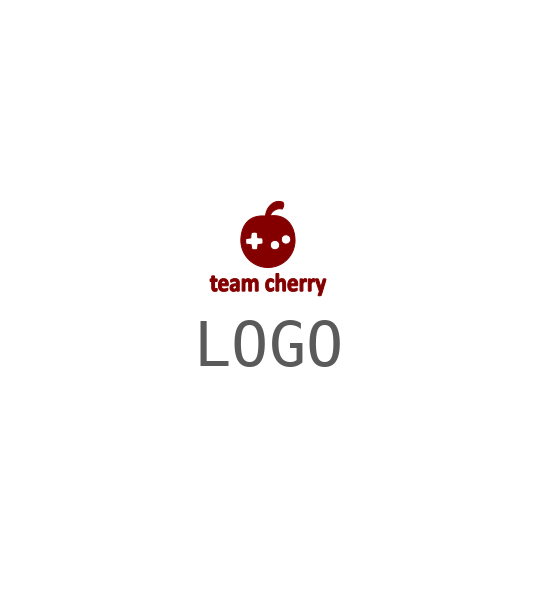
<source format=kicad_sym>
(kicad_symbol_lib
  (version 20220914)
  (generator "bitmap2component")
  (generator_version "9.0")
  (symbol "LOGO"
    (pin_names
      (offset 1.016))
    (property "Reference" "#G"
      (at 0 0.585 0)
      (effects (font (size 1.27 1.27)) hide))
    (symbol "LOGO_0_0"
      (polyline (pts (xy 1.078 -0.984) (xy 1.085 -0.983) (xy 1.091 -0.983) (xy 1.095 -0.982) (xy 1.096 -0.982) (xy 1.102 -0.98) (xy 1.107 -0.977) (xy 1.11 -0.974) (xy 1.11 -0.973) (xy 1.111 -0.973) (xy 1.111 -0.971) (xy 1.112 -0.969) (xy 1.113 -0.965) (xy 1.114 -0.961) (xy 1.116 -0.956) (xy 1.118 -0.95) (xy 1.12 -0.942) (xy 1.123 -0.933) (xy 1.126 -0.923) (xy 1.13 -0.912) (xy 1.134 -0.899) (xy 1.138 -0.884) (xy 1.143 -0.868) (xy 1.149 -0.85) (xy 1.155 -0.83) (xy 1.161 -0.808) (xy 1.168 -0.784) (xy 1.176 -0.758) (xy 1.181 -0.743) (xy 1.186 -0.726) (xy 1.19 -0.712) (xy 1.194 -0.699) (xy 1.197 -0.687) (xy 1.2 -0.678) (xy 1.203 -0.669) (xy 1.204 -0.662) (xy 1.206 -0.657) (xy 1.207 -0.652) (xy 1.208 -0.648) (xy 1.208 -0.645) (xy 1.208 -0.643) (xy 1.208 -0.641) (xy 1.208 -0.639) (xy 1.208 -0.638) (xy 1.207 -0.637) (xy 1.206 -0.636) (xy 1.205 -0.636) (xy 1.202 -0.634) (xy 1.198 -0.633) (xy 1.193 -0.632) (xy 1.186 -0.631) (xy 1.177 -0.631) (xy 1.177 -0.631) (xy 1.169 -0.631) (xy 1.163 -0.632) (xy 1.158 -0.633) (xy 1.155 -0.634) (xy 1.153 -0.636) (xy 1.152 -0.638) (xy 1.151 -0.64) (xy 1.15 -0.644) (xy 1.148 -0.649) (xy 1.146 -0.656) (xy 1.144 -0.665) (xy 1.141 -0.675) (xy 1.138 -0.686) (xy 1.135 -0.698) (xy 1.131 -0.71) (xy 1.127 -0.723) (xy 1.127 -0.724) (xy 1.123 -0.737) (xy 1.12 -0.75) (xy 1.117 -0.761) (xy 1.114 -0.772) (xy 1.111 -0.781) (xy 1.109 -0.789) (xy 1.107 -0.796) (xy 1.105 -0.801) (xy 1.104 -0.804) (xy 1.104 -0.805) (xy 1.104 -0.805) (xy 1.104 -0.805) (xy 1.104 -0.806) (xy 1.104 -0.805) (xy 1.103 -0.805) (xy 1.103 -0.804) (xy 1.103 -0.802) (xy 1.102 -0.8) (xy 1.101 -0.797) (xy 1.099 -0.792) (xy 1.098 -0.787) (xy 1.095 -0.78) (xy 1.093 -0.771) (xy 1.09 -0.761) (xy 1.086 -0.75) (xy 1.082 -0.736) (xy 1.077 -0.721) (xy 1.075 -0.713) (xy 1.07 -0.698) (xy 1.066 -0.686) (xy 1.063 -0.675) (xy 1.06 -0.666) (xy 1.057 -0.658) (xy 1.055 -0.652) (xy 1.053 -0.647) (xy 1.052 -0.643) (xy 1.051 -0.64) (xy 1.05 -0.638) (xy 1.049 -0.636) (xy 1.048 -0.635) (xy 1.048 -0.635) (xy 1.046 -0.634) (xy 1.044 -0.633) (xy 1.042 -0.632) (xy 1.038 -0.632) (xy 1.033 -0.631) (xy 1.026 -0.631) (xy 1.018 -0.631) (xy 1.011 -0.631) (xy 1.004 -0.632) (xy 0.999 -0.633) (xy 0.995 -0.634) (xy 0.995 -0.634) (xy 0.992 -0.637) (xy 0.99 -0.642) (xy 0.99 -0.647) (xy 0.991 -0.648) (xy 0.992 -0.652) (xy 0.994 -0.657) (xy 0.996 -0.664) (xy 0.999 -0.673) (xy 1.002 -0.683) (xy 1.006 -0.694) (xy 1.01 -0.707) (xy 1.014 -0.72) (xy 1.019 -0.735) (xy 1.024 -0.75) (xy 1.029 -0.765) (xy 1.032 -0.775) (xy 1.038 -0.793) (xy 1.043 -0.808) (xy 1.048 -0.822) (xy 1.052 -0.834) (xy 1.055 -0.844) (xy 1.058 -0.853) (xy 1.061 -0.86) (xy 1.063 -0.866) (xy 1.065 -0.871) (xy 1.066 -0.875) (xy 1.068 -0.878) (xy 1.069 -0.88) (xy 1.069 -0.882) (xy 1.07 -0.883) (xy 1.071 -0.884) (xy 1.072 -0.885) (xy 1.073 -0.887) (xy 1.074 -0.888) (xy 1.074 -0.889) (xy 1.073 -0.893) (xy 1.071 -0.898) (xy 1.069 -0.904) (xy 1.066 -0.911) (xy 1.063 -0.92) (xy 1.06 -0.929) (xy 1.06 -0.929) (xy 1.057 -0.938) (xy 1.054 -0.947) (xy 1.051 -0.954) (xy 1.049 -0.961) (xy 1.047 -0.966) (xy 1.046 -0.969) (xy 1.046 -0.971) (xy 1.045 -0.974) (xy 1.047 -0.978) (xy 1.05 -0.981) (xy 1.056 -0.983) (xy 1.056 -0.983) (xy 1.06 -0.983) (xy 1.065 -0.984) (xy 1.072 -0.984) (xy 1.078 -0.984)) (stroke (width 0.01) (type default)) (fill (type outline)))
      (polyline (pts (xy -1.104 -0.893) (xy -1.1 -0.893) (xy -1.095 -0.892) (xy -1.085 -0.891) (xy -1.076 -0.888) (xy -1.069 -0.885) (xy -1.065 -0.881) (xy -1.062 -0.877) (xy -1.061 -0.873) (xy -1.06 -0.867) (xy -1.06 -0.86) (xy -1.06 -0.853) (xy -1.06 -0.846) (xy -1.061 -0.841) (xy -1.062 -0.836) (xy -1.063 -0.832) (xy -1.065 -0.831) (xy -1.068 -0.831) (xy -1.072 -0.832) (xy -1.074 -0.833) (xy -1.083 -0.836) (xy -1.091 -0.837) (xy -1.098 -0.835) (xy -1.104 -0.832) (xy -1.109 -0.828) (xy -1.112 -0.821) (xy -1.112 -0.821) (xy -1.113 -0.819) (xy -1.113 -0.818) (xy -1.113 -0.816) (xy -1.114 -0.813) (xy -1.114 -0.81) (xy -1.114 -0.806) (xy -1.114 -0.801) (xy -1.114 -0.794) (xy -1.114 -0.786) (xy -1.115 -0.776) (xy -1.115 -0.764) (xy -1.115 -0.751) (xy -1.115 -0.687) (xy -1.091 -0.687) (xy -1.067 -0.687) (xy -1.064 -0.684) (xy -1.064 -0.683) (xy -1.062 -0.68) (xy -1.061 -0.677) (xy -1.06 -0.673) (xy -1.06 -0.667) (xy -1.06 -0.659) (xy -1.06 -0.656) (xy -1.06 -0.649) (xy -1.061 -0.644) (xy -1.061 -0.64) (xy -1.063 -0.637) (xy -1.064 -0.635) (xy -1.065 -0.634) (xy -1.066 -0.634) (xy -1.067 -0.633) (xy -1.069 -0.633) (xy -1.072 -0.633) (xy -1.077 -0.633) (xy -1.083 -0.632) (xy -1.091 -0.632) (xy -1.115 -0.632) (xy -1.115 -0.605) (xy -1.115 -0.605) (xy -1.115 -0.596) (xy -1.115 -0.589) (xy -1.115 -0.585) (xy -1.115 -0.581) (xy -1.115 -0.579) (xy -1.116 -0.577) (xy -1.117 -0.576) (xy -1.117 -0.575) (xy -1.118 -0.573) (xy -1.121 -0.572) (xy -1.125 -0.57) (xy -1.13 -0.569) (xy -1.136 -0.569) (xy -1.145 -0.569) (xy -1.149 -0.569) (xy -1.157 -0.569) (xy -1.163 -0.57) (xy -1.167 -0.571) (xy -1.17 -0.572) (xy -1.172 -0.575) (xy -1.173 -0.575) (xy -1.173 -0.576) (xy -1.174 -0.577) (xy -1.174 -0.579) (xy -1.174 -0.581) (xy -1.175 -0.585) (xy -1.175 -0.59) (xy -1.175 -0.596) (xy -1.175 -0.605) (xy -1.175 -0.632) (xy -1.189 -0.632) (xy -1.189 -0.632) (xy -1.195 -0.632) (xy -1.199 -0.633) (xy -1.202 -0.633) (xy -1.203 -0.634) (xy -1.204 -0.634) (xy -1.206 -0.636) (xy -1.207 -0.64) (xy -1.208 -0.646) (xy -1.208 -0.653) (xy -1.208 -0.663) (xy -1.208 -0.664) (xy -1.208 -0.67) (xy -1.208 -0.675) (xy -1.207 -0.678) (xy -1.207 -0.68) (xy -1.206 -0.682) (xy -1.203 -0.686) (xy -1.189 -0.686) (xy -1.175 -0.687) (xy -1.174 -0.759) (xy -1.174 -0.759) (xy -1.174 -0.774) (xy -1.174 -0.786) (xy -1.174 -0.797) (xy -1.174 -0.806) (xy -1.174 -0.813) (xy -1.174 -0.819) (xy -1.174 -0.824) (xy -1.173 -0.828) (xy -1.173 -0.832) (xy -1.173 -0.835) (xy -1.173 -0.837) (xy -1.172 -0.839) (xy -1.172 -0.841) (xy -1.168 -0.852) (xy -1.163 -0.863) (xy -1.157 -0.873) (xy -1.15 -0.88) (xy -1.141 -0.886) (xy -1.13 -0.89) (xy -1.118 -0.892) (xy -1.114 -0.893) (xy -1.11 -0.893) (xy -1.107 -0.893) (xy -1.104 -0.893)) (stroke (width 0.01) (type default)) (fill (type outline)))
      (polyline (pts (xy -0.925 -0.893) (xy -0.918 -0.893) (xy -0.912 -0.893) (xy -0.902 -0.892) (xy -0.892 -0.891) (xy -0.883 -0.89) (xy -0.874 -0.888) (xy -0.865 -0.885) (xy -0.857 -0.882) (xy -0.851 -0.88) (xy -0.846 -0.877) (xy -0.843 -0.874) (xy -0.841 -0.871) (xy -0.84 -0.87) (xy -0.84 -0.868) (xy -0.839 -0.866) (xy -0.838 -0.864) (xy -0.838 -0.86) (xy -0.838 -0.855) (xy -0.838 -0.849) (xy -0.839 -0.843) (xy -0.839 -0.838) (xy -0.839 -0.834) (xy -0.839 -0.832) (xy -0.84 -0.83) (xy -0.841 -0.829) (xy -0.842 -0.828) (xy -0.844 -0.827) (xy -0.846 -0.827) (xy -0.849 -0.828) (xy -0.854 -0.829) (xy -0.86 -0.831) (xy -0.862 -0.832) (xy -0.873 -0.836) (xy -0.882 -0.839) (xy -0.891 -0.84) (xy -0.9 -0.842) (xy -0.909 -0.842) (xy -0.919 -0.843) (xy -0.926 -0.842) (xy -0.932 -0.842) (xy -0.942 -0.839) (xy -0.951 -0.834) (xy -0.959 -0.828) (xy -0.965 -0.82) (xy -0.969 -0.81) (xy -0.972 -0.798) (xy -0.974 -0.785) (xy -0.975 -0.777) (xy -0.908 -0.777) (xy -0.841 -0.777) (xy -0.837 -0.774) (xy -0.836 -0.774) (xy -0.833 -0.772) (xy -0.831 -0.769) (xy -0.83 -0.766) (xy -0.829 -0.761) (xy -0.828 -0.756) (xy -0.828 -0.748) (xy -0.828 -0.748) (xy -0.828 -0.741) (xy -0.828 -0.733) (xy -0.829 -0.726) (xy -0.829 -0.72) (xy -0.831 -0.708) (xy -0.835 -0.693) (xy -0.84 -0.678) (xy -0.847 -0.666) (xy -0.856 -0.655) (xy -0.865 -0.646) (xy -0.876 -0.638) (xy -0.889 -0.632) (xy -0.903 -0.629) (xy -0.907 -0.628) (xy -0.916 -0.627) (xy -0.925 -0.627) (xy -0.934 -0.627) (xy -0.943 -0.627) (xy -0.951 -0.629) (xy -0.965 -0.632) (xy -0.978 -0.638) (xy -0.99 -0.646) (xy -1 -0.656) (xy -1.01 -0.667) (xy -1.018 -0.68) (xy -1.024 -0.695) (xy -1.029 -0.711) (xy -1.03 -0.713) (xy -1.032 -0.722) (xy -1.033 -0.73) (xy -1.033 -0.734) (xy -0.974 -0.734) (xy -0.973 -0.725) (xy -0.972 -0.714) (xy -0.968 -0.704) (xy -0.964 -0.694) (xy -0.958 -0.687) (xy -0.951 -0.681) (xy -0.943 -0.676) (xy -0.939 -0.675) (xy -0.931 -0.674) (xy -0.923 -0.674) (xy -0.916 -0.676) (xy -0.91 -0.678) (xy -0.906 -0.68) (xy -0.9 -0.685) (xy -0.894 -0.693) (xy -0.89 -0.701) (xy -0.888 -0.712) (xy -0.886 -0.724) (xy -0.885 -0.734) (xy -0.93 -0.734) (xy -0.974 -0.734) (xy -1.033 -0.734) (xy -1.034 -0.739) (xy -1.034 -0.748) (xy -1.034 -0.759) (xy -1.034 -0.771) (xy -1.034 -0.781) (xy -1.033 -0.794) (xy -1.032 -0.805) (xy -1.03 -0.815) (xy -1.027 -0.825) (xy -1.024 -0.834) (xy -1.019 -0.843) (xy -1.019 -0.844) (xy -1.011 -0.856) (xy -1.002 -0.867) (xy -0.991 -0.875) (xy -0.979 -0.882) (xy -0.966 -0.888) (xy -0.951 -0.891) (xy -0.951 -0.891) (xy -0.946 -0.892) (xy -0.943 -0.892) (xy -0.941 -0.893) (xy -0.939 -0.893) (xy -0.936 -0.893) (xy -0.931 -0.893) (xy -0.925 -0.893)) (stroke (width 0.01) (type default)) (fill (type outline)))
      (polyline (pts (xy -0.707 -0.893) (xy -0.702 -0.892) (xy -0.698 -0.892) (xy -0.694 -0.891) (xy -0.69 -0.89) (xy -0.679 -0.885) (xy -0.668 -0.878) (xy -0.657 -0.869) (xy -0.655 -0.867) (xy -0.652 -0.865) (xy -0.649 -0.863) (xy -0.649 -0.862) (xy -0.649 -0.862) (xy -0.648 -0.864) (xy -0.648 -0.868) (xy -0.648 -0.873) (xy -0.648 -0.875) (xy -0.648 -0.879) (xy -0.648 -0.882) (xy -0.647 -0.884) (xy -0.646 -0.885) (xy -0.646 -0.885) (xy -0.644 -0.887) (xy -0.64 -0.888) (xy -0.635 -0.889) (xy -0.629 -0.889) (xy -0.62 -0.889) (xy -0.615 -0.888) (xy -0.61 -0.888) (xy -0.607 -0.888) (xy -0.605 -0.887) (xy -0.604 -0.886) (xy -0.6 -0.884) (xy -0.6 -0.788) (xy -0.6 -0.693) (xy -0.603 -0.682) (xy -0.604 -0.678) (xy -0.608 -0.669) (xy -0.611 -0.662) (xy -0.616 -0.655) (xy -0.622 -0.649) (xy -0.624 -0.646) (xy -0.633 -0.64) (xy -0.642 -0.635) (xy -0.653 -0.631) (xy -0.665 -0.628) (xy -0.679 -0.627) (xy -0.695 -0.627) (xy -0.713 -0.628) (xy -0.73 -0.631) (xy -0.738 -0.634) (xy -0.749 -0.637) (xy -0.758 -0.641) (xy -0.766 -0.646) (xy -0.773 -0.65) (xy -0.777 -0.655) (xy -0.778 -0.657) (xy -0.779 -0.659) (xy -0.78 -0.662) (xy -0.78 -0.665) (xy -0.78 -0.671) (xy -0.78 -0.678) (xy -0.78 -0.686) (xy -0.778 -0.693) (xy -0.775 -0.698) (xy -0.774 -0.7) (xy -0.772 -0.701) (xy -0.769 -0.701) (xy -0.766 -0.7) (xy -0.761 -0.698) (xy -0.755 -0.695) (xy -0.747 -0.691) (xy -0.738 -0.686) (xy -0.73 -0.683) (xy -0.722 -0.68) (xy -0.715 -0.679) (xy -0.713 -0.678) (xy -0.707 -0.678) (xy -0.701 -0.678) (xy -0.695 -0.678) (xy -0.691 -0.678) (xy -0.683 -0.679) (xy -0.676 -0.681) (xy -0.671 -0.684) (xy -0.667 -0.688) (xy -0.665 -0.691) (xy -0.663 -0.695) (xy -0.661 -0.699) (xy -0.66 -0.704) (xy -0.659 -0.711) (xy -0.659 -0.719) (xy -0.658 -0.735) (xy -0.681 -0.736) (xy -0.693 -0.736) (xy -0.706 -0.737) (xy -0.717 -0.739) (xy -0.727 -0.74) (xy -0.736 -0.743) (xy -0.741 -0.744) (xy -0.754 -0.75) (xy -0.765 -0.756) (xy -0.774 -0.765) (xy -0.781 -0.774) (xy -0.787 -0.785) (xy -0.79 -0.796) (xy -0.791 -0.802) (xy -0.792 -0.811) (xy -0.792 -0.811) (xy -0.734 -0.811) (xy -0.732 -0.804) (xy -0.73 -0.797) (xy -0.726 -0.791) (xy -0.725 -0.791) (xy -0.72 -0.787) (xy -0.714 -0.783) (xy -0.707 -0.781) (xy -0.699 -0.779) (xy -0.688 -0.778) (xy -0.676 -0.778) (xy -0.658 -0.778) (xy -0.658 -0.799) (xy -0.658 -0.819) (xy -0.668 -0.829) (xy -0.673 -0.834) (xy -0.68 -0.839) (xy -0.685 -0.842) (xy -0.687 -0.843) (xy -0.691 -0.844) (xy -0.695 -0.845) (xy -0.701 -0.846) (xy -0.704 -0.846) (xy -0.711 -0.845) (xy -0.717 -0.843) (xy -0.722 -0.84) (xy -0.727 -0.836) (xy -0.729 -0.833) (xy -0.732 -0.827) (xy -0.733 -0.819) (xy -0.734 -0.811) (xy -0.792 -0.811) (xy -0.792 -0.82) (xy -0.791 -0.83) (xy -0.79 -0.838) (xy -0.788 -0.846) (xy -0.783 -0.857) (xy -0.777 -0.867) (xy -0.769 -0.875) (xy -0.759 -0.882) (xy -0.748 -0.888) (xy -0.735 -0.892) (xy -0.731 -0.892) (xy -0.723 -0.893) (xy -0.713 -0.893) (xy -0.707 -0.893)) (stroke (width 0.01) (type default)) (fill (type outline)))
      (polyline (pts (xy 0.052 -0.893) (xy 0.062 -0.892) (xy 0.071 -0.891) (xy 0.079 -0.89) (xy 0.081 -0.889) (xy 0.089 -0.886) (xy 0.098 -0.882) (xy 0.105 -0.878) (xy 0.111 -0.874) (xy 0.116 -0.87) (xy 0.119 -0.866) (xy 0.12 -0.865) (xy 0.12 -0.864) (xy 0.121 -0.861) (xy 0.121 -0.858) (xy 0.121 -0.854) (xy 0.121 -0.848) (xy 0.121 -0.84) (xy 0.121 -0.835) (xy 0.121 -0.828) (xy 0.121 -0.823) (xy 0.121 -0.82) (xy 0.121 -0.817) (xy 0.12 -0.815) (xy 0.119 -0.814) (xy 0.118 -0.812) (xy 0.116 -0.811) (xy 0.114 -0.811) (xy 0.111 -0.813) (xy 0.107 -0.815) (xy 0.102 -0.82) (xy 0.098 -0.822) (xy 0.092 -0.826) (xy 0.087 -0.83) (xy 0.082 -0.832) (xy 0.079 -0.834) (xy 0.076 -0.835) (xy 0.073 -0.836) (xy 0.07 -0.836) (xy 0.066 -0.836) (xy 0.06 -0.836) (xy 0.054 -0.836) (xy 0.05 -0.836) (xy 0.047 -0.836) (xy 0.044 -0.835) (xy 0.041 -0.834) (xy 0.041 -0.834) (xy 0.035 -0.83) (xy 0.03 -0.825) (xy 0.025 -0.82) (xy 0.021 -0.814) (xy 0.019 -0.809) (xy 0.016 -0.799) (xy 0.013 -0.787) (xy 0.012 -0.775) (xy 0.011 -0.762) (xy 0.011 -0.749) (xy 0.013 -0.736) (xy 0.015 -0.724) (xy 0.018 -0.714) (xy 0.022 -0.705) (xy 0.024 -0.7) (xy 0.029 -0.694) (xy 0.034 -0.689) (xy 0.04 -0.685) (xy 0.041 -0.685) (xy 0.044 -0.683) (xy 0.047 -0.682) (xy 0.05 -0.682) (xy 0.054 -0.682) (xy 0.06 -0.682) (xy 0.062 -0.682) (xy 0.067 -0.682) (xy 0.071 -0.682) (xy 0.076 -0.683) (xy 0.08 -0.685) (xy 0.085 -0.688) (xy 0.09 -0.691) (xy 0.096 -0.695) (xy 0.104 -0.701) (xy 0.109 -0.704) (xy 0.113 -0.705) (xy 0.116 -0.704) (xy 0.118 -0.701) (xy 0.12 -0.695) (xy 0.121 -0.688) (xy 0.121 -0.685) (xy 0.122 -0.677) (xy 0.121 -0.668) (xy 0.12 -0.661) (xy 0.119 -0.655) (xy 0.117 -0.65) (xy 0.113 -0.646) (xy 0.108 -0.642) (xy 0.101 -0.638) (xy 0.092 -0.634) (xy 0.084 -0.631) (xy 0.075 -0.628) (xy 0.067 -0.627) (xy 0.057 -0.627) (xy 0.046 -0.627) (xy 0.035 -0.629) (xy 0.025 -0.631) (xy 0.014 -0.635) (xy 0.001 -0.642) (xy -0.01 -0.65) (xy -0.02 -0.661) (xy -0.029 -0.673) (xy -0.036 -0.686) (xy -0.042 -0.702) (xy -0.044 -0.709) (xy -0.045 -0.715) (xy -0.047 -0.722) (xy -0.048 -0.728) (xy -0.048 -0.735) (xy -0.049 -0.743) (xy -0.049 -0.753) (xy -0.049 -0.764) (xy -0.049 -0.77) (xy -0.049 -0.781) (xy -0.049 -0.791) (xy -0.048 -0.799) (xy -0.047 -0.807) (xy -0.045 -0.814) (xy -0.043 -0.821) (xy -0.041 -0.829) (xy -0.04 -0.831) (xy -0.034 -0.845) (xy -0.026 -0.857) (xy -0.017 -0.868) (xy -0.006 -0.877) (xy 0.005 -0.884) (xy 0.018 -0.889) (xy 0.032 -0.892) (xy 0.034 -0.892) (xy 0.043 -0.893) (xy 0.052 -0.893)) (stroke (width 0.01) (type default)) (fill (type outline)))
      (polyline (pts (xy 0.537 -0.893) (xy 0.547 -0.892) (xy 0.555 -0.891) (xy 0.562 -0.89) (xy 0.571 -0.888) (xy 0.582 -0.885) (xy 0.591 -0.882) (xy 0.599 -0.879) (xy 0.602 -0.877) (xy 0.605 -0.875) (xy 0.607 -0.872) (xy 0.608 -0.869) (xy 0.609 -0.864) (xy 0.609 -0.858) (xy 0.609 -0.85) (xy 0.609 -0.846) (xy 0.609 -0.841) (xy 0.609 -0.836) (xy 0.609 -0.833) (xy 0.608 -0.831) (xy 0.607 -0.83) (xy 0.607 -0.829) (xy 0.606 -0.828) (xy 0.604 -0.827) (xy 0.601 -0.827) (xy 0.598 -0.828) (xy 0.593 -0.83) (xy 0.586 -0.832) (xy 0.578 -0.835) (xy 0.57 -0.838) (xy 0.562 -0.84) (xy 0.554 -0.841) (xy 0.547 -0.842) (xy 0.538 -0.842) (xy 0.534 -0.842) (xy 0.527 -0.842) (xy 0.522 -0.842) (xy 0.518 -0.842) (xy 0.514 -0.841) (xy 0.505 -0.839) (xy 0.497 -0.834) (xy 0.489 -0.828) (xy 0.483 -0.82) (xy 0.479 -0.81) (xy 0.475 -0.799) (xy 0.474 -0.786) (xy 0.473 -0.777) (xy 0.541 -0.777) (xy 0.543 -0.777) (xy 0.557 -0.777) (xy 0.568 -0.777) (xy 0.578 -0.777) (xy 0.586 -0.776) (xy 0.593 -0.776) (xy 0.598 -0.776) (xy 0.602 -0.776) (xy 0.605 -0.776) (xy 0.608 -0.776) (xy 0.609 -0.775) (xy 0.61 -0.775) (xy 0.611 -0.775) (xy 0.612 -0.774) (xy 0.612 -0.774) (xy 0.615 -0.771) (xy 0.617 -0.767) (xy 0.618 -0.767) (xy 0.618 -0.765) (xy 0.619 -0.763) (xy 0.619 -0.76) (xy 0.619 -0.756) (xy 0.62 -0.75) (xy 0.62 -0.743) (xy 0.619 -0.726) (xy 0.617 -0.709) (xy 0.614 -0.695) (xy 0.609 -0.682) (xy 0.604 -0.67) (xy 0.596 -0.66) (xy 0.587 -0.65) (xy 0.581 -0.644) (xy 0.571 -0.638) (xy 0.56 -0.633) (xy 0.549 -0.629) (xy 0.536 -0.627) (xy 0.521 -0.627) (xy 0.508 -0.627) (xy 0.494 -0.629) (xy 0.481 -0.633) (xy 0.469 -0.639) (xy 0.459 -0.646) (xy 0.448 -0.655) (xy 0.447 -0.657) (xy 0.437 -0.669) (xy 0.429 -0.682) (xy 0.423 -0.697) (xy 0.418 -0.714) (xy 0.414 -0.732) (xy 0.414 -0.734) (xy 0.414 -0.734) (xy 0.473 -0.734) (xy 0.474 -0.727) (xy 0.474 -0.722) (xy 0.477 -0.71) (xy 0.481 -0.7) (xy 0.486 -0.691) (xy 0.493 -0.683) (xy 0.5 -0.678) (xy 0.501 -0.678) (xy 0.504 -0.676) (xy 0.506 -0.676) (xy 0.509 -0.675) (xy 0.513 -0.675) (xy 0.519 -0.675) (xy 0.519 -0.675) (xy 0.525 -0.675) (xy 0.529 -0.675) (xy 0.532 -0.676) (xy 0.535 -0.677) (xy 0.538 -0.678) (xy 0.543 -0.681) (xy 0.549 -0.687) (xy 0.554 -0.695) (xy 0.558 -0.704) (xy 0.561 -0.714) (xy 0.561 -0.725) (xy 0.561 -0.734) (xy 0.517 -0.734) (xy 0.473 -0.734) (xy 0.414 -0.734) (xy 0.413 -0.742) (xy 0.413 -0.751) (xy 0.413 -0.761) (xy 0.413 -0.772) (xy 0.413 -0.782) (xy 0.414 -0.791) (xy 0.415 -0.798) (xy 0.415 -0.801) (xy 0.419 -0.817) (xy 0.423 -0.831) (xy 0.429 -0.844) (xy 0.436 -0.855) (xy 0.444 -0.864) (xy 0.449 -0.87) (xy 0.46 -0.878) (xy 0.472 -0.884) (xy 0.485 -0.889) (xy 0.5 -0.892) (xy 0.502 -0.892) (xy 0.509 -0.893) (xy 0.518 -0.893) (xy 0.527 -0.893) (xy 0.537 -0.893)) (stroke (width 0.01) (type default)) (fill (type outline)))
      (polyline (pts (xy -0.227 -0.889) (xy -0.219 -0.888) (xy -0.213 -0.887) (xy -0.209 -0.885) (xy -0.206 -0.883) (xy -0.206 -0.882) (xy -0.206 -0.882) (xy -0.205 -0.88) (xy -0.205 -0.878) (xy -0.205 -0.876) (xy -0.205 -0.872) (xy -0.205 -0.867) (xy -0.205 -0.861) (xy -0.205 -0.854) (xy -0.205 -0.845) (xy -0.205 -0.835) (xy -0.205 -0.823) (xy -0.205 -0.808) (xy -0.205 -0.792) (xy -0.205 -0.776) (xy -0.205 -0.762) (xy -0.205 -0.749) (xy -0.205 -0.738) (xy -0.205 -0.729) (xy -0.205 -0.721) (xy -0.206 -0.715) (xy -0.206 -0.71) (xy -0.206 -0.705) (xy -0.206 -0.702) (xy -0.206 -0.699) (xy -0.207 -0.697) (xy -0.207 -0.695) (xy -0.209 -0.686) (xy -0.213 -0.672) (xy -0.219 -0.66) (xy -0.226 -0.65) (xy -0.234 -0.641) (xy -0.244 -0.635) (xy -0.254 -0.63) (xy -0.266 -0.628) (xy -0.28 -0.627) (xy -0.284 -0.627) (xy -0.289 -0.627) (xy -0.294 -0.628) (xy -0.3 -0.63) (xy -0.301 -0.63) (xy -0.312 -0.635) (xy -0.324 -0.642) (xy -0.334 -0.65) (xy -0.345 -0.661) (xy -0.352 -0.669) (xy -0.356 -0.662) (xy -0.356 -0.661) (xy -0.363 -0.651) (xy -0.371 -0.642) (xy -0.381 -0.636) (xy -0.391 -0.631) (xy -0.403 -0.628) (xy -0.416 -0.627) (xy -0.419 -0.627) (xy -0.43 -0.628) (xy -0.44 -0.63) (xy -0.449 -0.634) (xy -0.459 -0.64) (xy -0.468 -0.647) (xy -0.478 -0.656) (xy -0.489 -0.668) (xy -0.489 -0.653) (xy -0.489 -0.653) (xy -0.489 -0.647) (xy -0.489 -0.643) (xy -0.49 -0.639) (xy -0.49 -0.637) (xy -0.491 -0.636) (xy -0.494 -0.634) (xy -0.499 -0.632) (xy -0.506 -0.631) (xy -0.514 -0.631) (xy -0.521 -0.631) (xy -0.527 -0.632) (xy -0.532 -0.632) (xy -0.535 -0.634) (xy -0.538 -0.635) (xy -0.538 -0.636) (xy -0.538 -0.636) (xy -0.539 -0.637) (xy -0.539 -0.638) (xy -0.539 -0.639) (xy -0.539 -0.641) (xy -0.539 -0.644) (xy -0.539 -0.648) (xy -0.54 -0.652) (xy -0.54 -0.658) (xy -0.54 -0.665) (xy -0.54 -0.673) (xy -0.54 -0.683) (xy -0.54 -0.695) (xy -0.54 -0.708) (xy -0.54 -0.723) (xy -0.54 -0.74) (xy -0.54 -0.76) (xy -0.54 -0.882) (xy -0.537 -0.884) (xy -0.537 -0.885) (xy -0.534 -0.886) (xy -0.53 -0.888) (xy -0.529 -0.888) (xy -0.526 -0.888) (xy -0.521 -0.888) (xy -0.515 -0.888) (xy -0.508 -0.888) (xy -0.507 -0.888) (xy -0.499 -0.888) (xy -0.493 -0.888) (xy -0.488 -0.887) (xy -0.485 -0.885) (xy -0.482 -0.884) (xy -0.481 -0.881) (xy -0.481 -0.88) (xy -0.481 -0.877) (xy -0.481 -0.872) (xy -0.48 -0.864) (xy -0.48 -0.855) (xy -0.48 -0.843) (xy -0.48 -0.83) (xy -0.48 -0.816) (xy -0.48 -0.799) (xy -0.48 -0.72) (xy -0.473 -0.711) (xy -0.469 -0.707) (xy -0.462 -0.699) (xy -0.455 -0.692) (xy -0.448 -0.688) (xy -0.441 -0.685) (xy -0.434 -0.685) (xy -0.427 -0.686) (xy -0.424 -0.687) (xy -0.418 -0.691) (xy -0.412 -0.697) (xy -0.408 -0.704) (xy -0.405 -0.714) (xy -0.405 -0.715) (xy -0.404 -0.717) (xy -0.404 -0.719) (xy -0.404 -0.722) (xy -0.403 -0.725) (xy -0.403 -0.73) (xy -0.403 -0.736) (xy -0.403 -0.742) (xy -0.403 -0.751) (xy -0.403 -0.76) (xy -0.403 -0.772) (xy -0.403 -0.786) (xy -0.402 -0.801) (xy -0.402 -0.808) (xy -0.402 -0.823) (xy -0.402 -0.835) (xy -0.402 -0.846) (xy -0.402 -0.855) (xy -0.402 -0.862) (xy -0.402 -0.868) (xy -0.402 -0.873) (xy -0.402 -0.876) (xy -0.401 -0.879) (xy -0.401 -0.881) (xy -0.401 -0.882) (xy -0.401 -0.883) (xy -0.4 -0.883) (xy -0.4 -0.884) (xy -0.397 -0.886) (xy -0.393 -0.887) (xy -0.387 -0.888) (xy -0.379 -0.889) (xy -0.369 -0.889) (xy -0.363 -0.888) (xy -0.356 -0.888) (xy -0.351 -0.887) (xy -0.347 -0.886) (xy -0.345 -0.884) (xy -0.343 -0.881) (xy -0.343 -0.88) (xy -0.343 -0.877) (xy -0.343 -0.872) (xy -0.343 -0.864) (xy -0.343 -0.855) (xy -0.342 -0.843) (xy -0.342 -0.83) (xy -0.342 -0.816) (xy -0.342 -0.799) (xy -0.342 -0.72) (xy -0.335 -0.711) (xy -0.33 -0.705) (xy -0.323 -0.698) (xy -0.317 -0.692) (xy -0.31 -0.688) (xy -0.304 -0.686) (xy -0.297 -0.685) (xy -0.294 -0.685) (xy -0.287 -0.687) (xy -0.28 -0.691) (xy -0.275 -0.696) (xy -0.271 -0.704) (xy -0.267 -0.714) (xy -0.267 -0.715) (xy -0.266 -0.717) (xy -0.266 -0.719) (xy -0.266 -0.721) (xy -0.266 -0.725) (xy -0.265 -0.729) (xy -0.265 -0.735) (xy -0.265 -0.742) (xy -0.265 -0.75) (xy -0.265 -0.76) (xy -0.265 -0.772) (xy -0.265 -0.785) (xy -0.265 -0.801) (xy -0.265 -0.808) (xy -0.265 -0.823) (xy -0.264 -0.835) (xy -0.264 -0.846) (xy -0.264 -0.855) (xy -0.264 -0.862) (xy -0.264 -0.868) (xy -0.264 -0.872) (xy -0.264 -0.876) (xy -0.264 -0.879) (xy -0.263 -0.881) (xy -0.263 -0.882) (xy -0.263 -0.883) (xy -0.262 -0.883) (xy -0.262 -0.884) (xy -0.26 -0.886) (xy -0.256 -0.887) (xy -0.25 -0.888) (xy -0.243 -0.889) (xy -0.234 -0.889) (xy -0.227 -0.889)) (stroke (width 0.01) (type default)) (fill (type outline)))
      (polyline (pts (xy 0.346 -0.889) (xy 0.353 -0.888) (xy 0.359 -0.887) (xy 0.363 -0.885) (xy 0.365 -0.883) (xy 0.365 -0.883) (xy 0.366 -0.882) (xy 0.366 -0.88) (xy 0.366 -0.878) (xy 0.366 -0.875) (xy 0.367 -0.872) (xy 0.367 -0.866) (xy 0.367 -0.86) (xy 0.367 -0.852) (xy 0.367 -0.843) (xy 0.367 -0.831) (xy 0.367 -0.818) (xy 0.367 -0.803) (xy 0.367 -0.793) (xy 0.367 -0.777) (xy 0.367 -0.763) (xy 0.367 -0.75) (xy 0.367 -0.739) (xy 0.366 -0.729) (xy 0.366 -0.721) (xy 0.366 -0.715) (xy 0.366 -0.711) (xy 0.364 -0.695) (xy 0.36 -0.68) (xy 0.355 -0.667) (xy 0.349 -0.656) (xy 0.341 -0.646) (xy 0.332 -0.638) (xy 0.322 -0.633) (xy 0.31 -0.628) (xy 0.309 -0.628) (xy 0.302 -0.627) (xy 0.294 -0.627) (xy 0.286 -0.627) (xy 0.279 -0.627) (xy 0.272 -0.628) (xy 0.266 -0.631) (xy 0.255 -0.636) (xy 0.244 -0.643) (xy 0.233 -0.652) (xy 0.225 -0.66) (xy 0.225 -0.593) (xy 0.225 -0.525) (xy 0.222 -0.523) (xy 0.219 -0.521) (xy 0.215 -0.52) (xy 0.21 -0.519) (xy 0.203 -0.518) (xy 0.195 -0.518) (xy 0.188 -0.518) (xy 0.181 -0.519) (xy 0.175 -0.519) (xy 0.171 -0.521) (xy 0.168 -0.523) (xy 0.166 -0.525) (xy 0.165 -0.703) (xy 0.165 -0.72) (xy 0.165 -0.742) (xy 0.165 -0.762) (xy 0.165 -0.78) (xy 0.165 -0.796) (xy 0.165 -0.81) (xy 0.165 -0.823) (xy 0.165 -0.834) (xy 0.165 -0.843) (xy 0.165 -0.851) (xy 0.165 -0.858) (xy 0.165 -0.864) (xy 0.165 -0.869) (xy 0.166 -0.873) (xy 0.166 -0.876) (xy 0.166 -0.878) (xy 0.166 -0.88) (xy 0.166 -0.881) (xy 0.166 -0.882) (xy 0.167 -0.883) (xy 0.167 -0.883) (xy 0.168 -0.884) (xy 0.171 -0.886) (xy 0.174 -0.887) (xy 0.175 -0.887) (xy 0.179 -0.888) (xy 0.185 -0.888) (xy 0.192 -0.889) (xy 0.198 -0.889) (xy 0.205 -0.889) (xy 0.211 -0.888) (xy 0.215 -0.888) (xy 0.216 -0.887) (xy 0.22 -0.886) (xy 0.222 -0.884) (xy 0.225 -0.882) (xy 0.225 -0.801) (xy 0.225 -0.721) (xy 0.231 -0.713) (xy 0.232 -0.712) (xy 0.239 -0.704) (xy 0.246 -0.697) (xy 0.252 -0.692) (xy 0.258 -0.688) (xy 0.263 -0.686) (xy 0.267 -0.685) (xy 0.272 -0.685) (xy 0.276 -0.685) (xy 0.283 -0.687) (xy 0.29 -0.691) (xy 0.296 -0.696) (xy 0.301 -0.704) (xy 0.304 -0.713) (xy 0.306 -0.724) (xy 0.306 -0.726) (xy 0.306 -0.73) (xy 0.307 -0.736) (xy 0.307 -0.744) (xy 0.307 -0.754) (xy 0.307 -0.766) (xy 0.307 -0.778) (xy 0.307 -0.793) (xy 0.307 -0.808) (xy 0.307 -0.808) (xy 0.307 -0.823) (xy 0.307 -0.836) (xy 0.307 -0.846) (xy 0.307 -0.855) (xy 0.307 -0.863) (xy 0.307 -0.869) (xy 0.308 -0.873) (xy 0.308 -0.877) (xy 0.308 -0.879) (xy 0.308 -0.881) (xy 0.308 -0.882) (xy 0.309 -0.883) (xy 0.309 -0.883) (xy 0.309 -0.884) (xy 0.312 -0.885) (xy 0.314 -0.887) (xy 0.317 -0.887) (xy 0.321 -0.888) (xy 0.327 -0.888) (xy 0.334 -0.889) (xy 0.336 -0.889) (xy 0.346 -0.889)) (stroke (width 0.01) (type default)) (fill (type outline)))
      (polyline (pts (xy 0.708 -0.888) (xy 0.714 -0.888) (xy 0.717 -0.888) (xy 0.719 -0.887) (xy 0.723 -0.886) (xy 0.726 -0.884) (xy 0.729 -0.881) (xy 0.729 -0.806) (xy 0.729 -0.73) (xy 0.734 -0.722) (xy 0.738 -0.715) (xy 0.745 -0.706) (xy 0.752 -0.698) (xy 0.76 -0.693) (xy 0.767 -0.69) (xy 0.772 -0.689) (xy 0.779 -0.69) (xy 0.787 -0.693) (xy 0.789 -0.693) (xy 0.793 -0.694) (xy 0.796 -0.695) (xy 0.798 -0.694) (xy 0.8 -0.693) (xy 0.802 -0.69) (xy 0.802 -0.69) (xy 0.803 -0.687) (xy 0.803 -0.682) (xy 0.803 -0.676) (xy 0.804 -0.669) (xy 0.804 -0.662) (xy 0.804 -0.655) (xy 0.803 -0.648) (xy 0.803 -0.642) (xy 0.802 -0.638) (xy 0.802 -0.635) (xy 0.8 -0.633) (xy 0.796 -0.63) (xy 0.79 -0.628) (xy 0.783 -0.627) (xy 0.776 -0.627) (xy 0.769 -0.627) (xy 0.762 -0.629) (xy 0.756 -0.631) (xy 0.755 -0.631) (xy 0.75 -0.635) (xy 0.744 -0.64) (xy 0.738 -0.646) (xy 0.732 -0.653) (xy 0.726 -0.66) (xy 0.72 -0.67) (xy 0.72 -0.654) (xy 0.72 -0.65) (xy 0.719 -0.644) (xy 0.719 -0.64) (xy 0.718 -0.637) (xy 0.716 -0.635) (xy 0.714 -0.633) (xy 0.711 -0.632) (xy 0.709 -0.632) (xy 0.705 -0.631) (xy 0.699 -0.631) (xy 0.692 -0.631) (xy 0.686 -0.631) (xy 0.681 -0.632) (xy 0.677 -0.633) (xy 0.676 -0.633) (xy 0.672 -0.635) (xy 0.67 -0.636) (xy 0.67 -0.636) (xy 0.67 -0.637) (xy 0.67 -0.638) (xy 0.67 -0.64) (xy 0.669 -0.643) (xy 0.669 -0.646) (xy 0.669 -0.651) (xy 0.669 -0.657) (xy 0.669 -0.664) (xy 0.669 -0.673) (xy 0.669 -0.683) (xy 0.669 -0.694) (xy 0.669 -0.708) (xy 0.669 -0.723) (xy 0.669 -0.741) (xy 0.669 -0.76) (xy 0.669 -0.882) (xy 0.671 -0.884) (xy 0.672 -0.884) (xy 0.675 -0.886) (xy 0.678 -0.888) (xy 0.679 -0.888) (xy 0.683 -0.888) (xy 0.688 -0.889) (xy 0.695 -0.889) (xy 0.702 -0.889) (xy 0.708 -0.888)) (stroke (width 0.01) (type default)) (fill (type outline)))
      (polyline (pts (xy 0.87 -0.889) (xy 0.876 -0.888) (xy 0.882 -0.888) (xy 0.887 -0.888) (xy 0.891 -0.887) (xy 0.893 -0.887) (xy 0.894 -0.886) (xy 0.895 -0.886) (xy 0.896 -0.885) (xy 0.897 -0.885) (xy 0.898 -0.884) (xy 0.899 -0.882) (xy 0.899 -0.88) (xy 0.899 -0.877) (xy 0.9 -0.873) (xy 0.9 -0.868) (xy 0.9 -0.862) (xy 0.9 -0.855) (xy 0.9 -0.845) (xy 0.9 -0.834) (xy 0.9 -0.821) (xy 0.9 -0.806) (xy 0.9 -0.731) (xy 0.907 -0.72) (xy 0.911 -0.714) (xy 0.916 -0.707) (xy 0.922 -0.701) (xy 0.928 -0.696) (xy 0.933 -0.692) (xy 0.934 -0.692) (xy 0.941 -0.69) (xy 0.949 -0.69) (xy 0.958 -0.692) (xy 0.962 -0.694) (xy 0.966 -0.695) (xy 0.969 -0.695) (xy 0.972 -0.693) (xy 0.973 -0.691) (xy 0.974 -0.687) (xy 0.975 -0.682) (xy 0.976 -0.674) (xy 0.976 -0.665) (xy 0.976 -0.663) (xy 0.976 -0.655) (xy 0.976 -0.648) (xy 0.975 -0.642) (xy 0.975 -0.638) (xy 0.974 -0.636) (xy 0.972 -0.633) (xy 0.97 -0.632) (xy 0.968 -0.63) (xy 0.961 -0.628) (xy 0.953 -0.627) (xy 0.944 -0.627) (xy 0.936 -0.628) (xy 0.928 -0.631) (xy 0.928 -0.631) (xy 0.922 -0.635) (xy 0.916 -0.64) (xy 0.91 -0.646) (xy 0.904 -0.653) (xy 0.899 -0.66) (xy 0.892 -0.67) (xy 0.891 -0.653) (xy 0.891 -0.65) (xy 0.891 -0.645) (xy 0.891 -0.641) (xy 0.89 -0.638) (xy 0.89 -0.637) (xy 0.889 -0.635) (xy 0.888 -0.635) (xy 0.887 -0.634) (xy 0.882 -0.632) (xy 0.877 -0.632) (xy 0.871 -0.631) (xy 0.864 -0.631) (xy 0.857 -0.631) (xy 0.854 -0.632) (xy 0.847 -0.633) (xy 0.843 -0.635) (xy 0.841 -0.638) (xy 0.841 -0.638) (xy 0.841 -0.639) (xy 0.841 -0.643) (xy 0.841 -0.648) (xy 0.841 -0.656) (xy 0.841 -0.665) (xy 0.84 -0.675) (xy 0.84 -0.686) (xy 0.84 -0.698) (xy 0.84 -0.711) (xy 0.84 -0.725) (xy 0.84 -0.739) (xy 0.84 -0.753) (xy 0.84 -0.768) (xy 0.84 -0.782) (xy 0.841 -0.796) (xy 0.841 -0.81) (xy 0.841 -0.823) (xy 0.841 -0.835) (xy 0.841 -0.846) (xy 0.841 -0.856) (xy 0.841 -0.865) (xy 0.841 -0.872) (xy 0.841 -0.877) (xy 0.841 -0.881) (xy 0.842 -0.882) (xy 0.842 -0.883) (xy 0.846 -0.886) (xy 0.851 -0.888) (xy 0.854 -0.888) (xy 0.858 -0.889) (xy 0.864 -0.889) (xy 0.87 -0.889)) (stroke (width 0.01) (type default)) (fill (type outline)))
      (polyline (pts (xy 0.01 -0.394) (xy 0.021 -0.394) (xy 0.03 -0.393) (xy 0.038 -0.393) (xy 0.045 -0.392) (xy 0.081 -0.388) (xy 0.116 -0.382) (xy 0.151 -0.373) (xy 0.184 -0.363) (xy 0.217 -0.35) (xy 0.249 -0.336) (xy 0.281 -0.319) (xy 0.311 -0.3) (xy 0.34 -0.28) (xy 0.354 -0.269) (xy 0.37 -0.255) (xy 0.387 -0.24) (xy 0.402 -0.226) (xy 0.415 -0.211) (xy 0.432 -0.192) (xy 0.454 -0.163) (xy 0.475 -0.134) (xy 0.493 -0.103) (xy 0.509 -0.072) (xy 0.523 -0.04) (xy 0.535 -0.007) (xy 0.545 0.027) (xy 0.553 0.062) (xy 0.559 0.098) (xy 0.563 0.134) (xy 0.563 0.139) (xy 0.564 0.155) (xy 0.564 0.174) (xy 0.563 0.193) (xy 0.562 0.213) (xy 0.561 0.233) (xy 0.559 0.252) (xy 0.557 0.27) (xy 0.552 0.298) (xy 0.545 0.332) (xy 0.536 0.364) (xy 0.526 0.395) (xy 0.514 0.425) (xy 0.5 0.454) (xy 0.485 0.482) (xy 0.468 0.508) (xy 0.451 0.532) (xy 0.431 0.555) (xy 0.411 0.576) (xy 0.389 0.596) (xy 0.366 0.614) (xy 0.341 0.63) (xy 0.33 0.636) (xy 0.303 0.65) (xy 0.276 0.661) (xy 0.248 0.67) (xy 0.218 0.678) (xy 0.188 0.683) (xy 0.157 0.686) (xy 0.126 0.688) (xy 0.094 0.687) (xy 0.061 0.684) (xy 0.06 0.684) (xy 0.055 0.683) (xy 0.051 0.683) (xy 0.048 0.683) (xy 0.047 0.683) (xy 0.047 0.683) (xy 0.047 0.685) (xy 0.048 0.688) (xy 0.05 0.693) (xy 0.052 0.699) (xy 0.053 0.702) (xy 0.06 0.718) (xy 0.067 0.732) (xy 0.074 0.744) (xy 0.077 0.749) (xy 0.083 0.755) (xy 0.089 0.763) (xy 0.097 0.77) (xy 0.104 0.777) (xy 0.112 0.783) (xy 0.119 0.789) (xy 0.126 0.794) (xy 0.142 0.803) (xy 0.158 0.812) (xy 0.174 0.819) (xy 0.189 0.824) (xy 0.204 0.828) (xy 0.221 0.831) (xy 0.238 0.832) (xy 0.254 0.832) (xy 0.27 0.831) (xy 0.284 0.827) (xy 0.286 0.827) (xy 0.29 0.826) (xy 0.293 0.825) (xy 0.294 0.825) (xy 0.295 0.825) (xy 0.297 0.828) (xy 0.3 0.831) (xy 0.302 0.835) (xy 0.305 0.84) (xy 0.308 0.845) (xy 0.311 0.849) (xy 0.314 0.857) (xy 0.32 0.87) (xy 0.324 0.883) (xy 0.326 0.897) (xy 0.328 0.91) (xy 0.328 0.922) (xy 0.326 0.934) (xy 0.325 0.936) (xy 0.324 0.941) (xy 0.321 0.947) (xy 0.319 0.952) (xy 0.316 0.958) (xy 0.314 0.962) (xy 0.312 0.966) (xy 0.31 0.968) (xy 0.31 0.968) (xy 0.308 0.969) (xy 0.304 0.97) (xy 0.3 0.972) (xy 0.294 0.973) (xy 0.278 0.977) (xy 0.254 0.981) (xy 0.231 0.983) (xy 0.209 0.983) (xy 0.187 0.981) (xy 0.166 0.976) (xy 0.145 0.969) (xy 0.124 0.96) (xy 0.124 0.96) (xy 0.108 0.952) (xy 0.093 0.942) (xy 0.079 0.931) (xy 0.064 0.918) (xy 0.05 0.904) (xy 0.034 0.887) (xy 0.019 0.869) (xy 0.006 0.851) (xy 0.003 0.846) (xy -0.006 0.831) (xy -0.015 0.815) (xy -0.022 0.799) (xy -0.029 0.782) (xy -0.035 0.764) (xy -0.04 0.745) (xy -0.045 0.725) (xy -0.049 0.702) (xy -0.049 0.701) (xy -0.051 0.694) (xy -0.052 0.688) (xy -0.052 0.684) (xy -0.053 0.68) (xy -0.053 0.679) (xy -0.054 0.679) (xy -0.057 0.679) (xy -0.061 0.68) (xy -0.067 0.68) (xy -0.067 0.68) (xy -0.073 0.681) (xy -0.082 0.681) (xy -0.092 0.681) (xy -0.102 0.681) (xy -0.113 0.681) (xy -0.124 0.681) (xy -0.135 0.681) (xy -0.144 0.681) (xy -0.153 0.681) (xy -0.159 0.68) (xy -0.17 0.679) (xy -0.199 0.675) (xy -0.227 0.67) (xy -0.253 0.664) (xy -0.279 0.656) (xy -0.303 0.647) (xy -0.327 0.636) (xy -0.337 0.631) (xy -0.362 0.616) (xy -0.386 0.6) (xy -0.409 0.582) (xy -0.43 0.562) (xy -0.449 0.54) (xy -0.468 0.517) (xy -0.484 0.492) (xy -0.5 0.466) (xy -0.513 0.438) (xy -0.526 0.409) (xy -0.536 0.378) (xy -0.545 0.345) (xy -0.553 0.312) (xy -0.559 0.277) (xy -0.563 0.24) (xy -0.563 0.238) (xy -0.564 0.228) (xy -0.565 0.217) (xy -0.565 0.204) (xy -0.566 0.191) (xy -0.566 0.178) (xy -0.566 0.165) (xy -0.566 0.155) (xy -0.466 0.155) (xy -0.466 0.169) (xy -0.466 0.182) (xy -0.465 0.189) (xy -0.464 0.195) (xy -0.463 0.2) (xy -0.462 0.203) (xy -0.46 0.206) (xy -0.458 0.207) (xy -0.456 0.207) (xy -0.45 0.209) (xy -0.441 0.211) (xy -0.43 0.213) (xy -0.418 0.215) (xy -0.404 0.217) (xy -0.388 0.219) (xy -0.382 0.22) (xy -0.376 0.221) (xy -0.37 0.221) (xy -0.366 0.222) (xy -0.364 0.222) (xy -0.363 0.222) (xy -0.361 0.223) (xy -0.361 0.224) (xy -0.36 0.227) (xy -0.36 0.231) (xy -0.359 0.237) (xy -0.358 0.253) (xy -0.357 0.267) (xy -0.356 0.279) (xy -0.355 0.289) (xy -0.353 0.298) (xy -0.352 0.305) (xy -0.351 0.312) (xy -0.349 0.317) (xy -0.348 0.322) (xy -0.346 0.325) (xy -0.344 0.329) (xy -0.34 0.333) (xy -0.333 0.336) (xy -0.325 0.339) (xy -0.32 0.34) (xy -0.311 0.341) (xy -0.301 0.342) (xy -0.291 0.343) (xy -0.28 0.343) (xy -0.27 0.343) (xy -0.26 0.342) (xy -0.251 0.341) (xy -0.243 0.34) (xy -0.236 0.338) (xy -0.231 0.335) (xy -0.227 0.333) (xy -0.227 0.333) (xy -0.226 0.33) (xy -0.225 0.325) (xy -0.224 0.319) (xy -0.222 0.311) (xy -0.221 0.302) (xy -0.219 0.292) (xy -0.218 0.281) (xy -0.216 0.27) (xy -0.215 0.258) (xy -0.214 0.246) (xy -0.214 0.242) (xy -0.213 0.236) (xy -0.213 0.232) (xy -0.212 0.229) (xy -0.212 0.227) (xy -0.212 0.227) (xy -0.21 0.227) (xy -0.206 0.227) (xy -0.201 0.227) (xy -0.194 0.226) (xy -0.187 0.226) (xy -0.175 0.225) (xy -0.16 0.225) (xy -0.148 0.224) (xy -0.138 0.223) (xy -0.129 0.222) (xy -0.122 0.22) (xy -0.118 0.219) (xy -0.115 0.217) (xy -0.114 0.217) (xy -0.113 0.216) (xy -0.111 0.213) (xy -0.11 0.209) (xy -0.109 0.204) (xy -0.108 0.198) (xy 0.278 0.198) (xy 0.28 0.213) (xy 0.283 0.227) (xy 0.286 0.234) (xy 0.292 0.246) (xy 0.301 0.257) (xy 0.31 0.266) (xy 0.322 0.274) (xy 0.335 0.281) (xy 0.35 0.285) (xy 0.354 0.286) (xy 0.367 0.288) (xy 0.382 0.288) (xy 0.396 0.286) (xy 0.41 0.282) (xy 0.423 0.277) (xy 0.435 0.27) (xy 0.441 0.265) (xy 0.451 0.256) (xy 0.459 0.245) (xy 0.466 0.232) (xy 0.471 0.218) (xy 0.474 0.203) (xy 0.475 0.19) (xy 0.474 0.177) (xy 0.471 0.163) (xy 0.466 0.15) (xy 0.465 0.148) (xy 0.458 0.136) (xy 0.449 0.125) (xy 0.439 0.115) (xy 0.427 0.107) (xy 0.414 0.101) (xy 0.4 0.096) (xy 0.399 0.096) (xy 0.389 0.094) (xy 0.379 0.093) (xy 0.369 0.093) (xy 0.361 0.094) (xy 0.361 0.094) (xy 0.347 0.097) (xy 0.334 0.101) (xy 0.322 0.108) (xy 0.311 0.116) (xy 0.301 0.125) (xy 0.293 0.136) (xy 0.29 0.141) (xy 0.284 0.155) (xy 0.28 0.169) (xy 0.278 0.183) (xy 0.278 0.198) (xy -0.108 0.198) (xy -0.108 0.197) (xy -0.107 0.186) (xy -0.105 0.173) (xy -0.104 0.159) (xy -0.104 0.145) (xy -0.104 0.132) (xy -0.104 0.127) (xy -0.105 0.118) (xy -0.106 0.11) (xy -0.107 0.105) (xy -0.109 0.101) (xy -0.111 0.098) (xy -0.111 0.098) (xy -0.115 0.097) (xy -0.12 0.095) (xy -0.128 0.094) (xy -0.138 0.092) (xy -0.149 0.09) (xy -0.162 0.089) (xy -0.176 0.087) (xy -0.192 0.086) (xy -0.194 0.085) (xy -0.2 0.085) (xy -0.204 0.084) (xy -0.207 0.084) (xy -0.209 0.083) (xy -0.209 0.082) (xy -0.209 0.081) (xy 0.048 0.081) (xy 0.049 0.095) (xy 0.053 0.11) (xy 0.056 0.117) (xy 0.062 0.129) (xy 0.07 0.14) (xy 0.08 0.149) (xy 0.092 0.157) (xy 0.105 0.163) (xy 0.12 0.168) (xy 0.123 0.169) (xy 0.137 0.171) (xy 0.151 0.171) (xy 0.166 0.169) (xy 0.18 0.165) (xy 0.193 0.159) (xy 0.205 0.152) (xy 0.21 0.148) (xy 0.22 0.138) (xy 0.229 0.127) (xy 0.235 0.115) (xy 0.24 0.101) (xy 0.244 0.085) (xy 0.244 0.073) (xy 0.243 0.059) (xy 0.24 0.045) (xy 0.236 0.032) (xy 0.235 0.031) (xy 0.228 0.018) (xy 0.219 0.007) (xy 0.208 -0.003) (xy 0.196 -0.011) (xy 0.183 -0.017) (xy 0.169 -0.021) (xy 0.168 -0.022) (xy 0.159 -0.023) (xy 0.149 -0.024) (xy 0.139 -0.024) (xy 0.13 -0.024) (xy 0.117 -0.021) (xy 0.104 -0.016) (xy 0.091 -0.01) (xy 0.08 -0.002) (xy 0.071 0.008) (xy 0.063 0.018) (xy 0.06 0.024) (xy 0.054 0.037) (xy 0.05 0.051) (xy 0.048 0.066) (xy 0.048 0.081) (xy -0.209 0.081) (xy -0.209 0.079) (xy -0.21 0.074) (xy -0.21 0.068) (xy -0.211 0.061) (xy -0.212 0.051) (xy -0.213 0.036) (xy -0.214 0.022) (xy -0.216 0.011) (xy -0.217 0.001) (xy -0.219 -0.006) (xy -0.221 -0.012) (xy -0.222 -0.015) (xy -0.223 -0.016) (xy -0.225 -0.018) (xy -0.229 -0.02) (xy -0.234 -0.022) (xy -0.241 -0.023) (xy -0.243 -0.023) (xy -0.249 -0.024) (xy -0.257 -0.025) (xy -0.265 -0.025) (xy -0.274 -0.025) (xy -0.283 -0.025) (xy -0.291 -0.025) (xy -0.297 -0.025) (xy -0.303 -0.025) (xy -0.312 -0.023) (xy -0.321 -0.02) (xy -0.328 -0.017) (xy -0.333 -0.013) (xy -0.336 -0.009) (xy -0.337 -0.007) (xy -0.338 -0.003) (xy -0.339 0.002) (xy -0.341 0.008) (xy -0.341 0.008) (xy -0.342 0.013) (xy -0.343 0.02) (xy -0.345 0.028) (xy -0.346 0.036) (xy -0.348 0.045) (xy -0.349 0.054) (xy -0.35 0.062) (xy -0.351 0.069) (xy -0.352 0.074) (xy -0.352 0.076) (xy -0.353 0.08) (xy -0.353 0.081) (xy -0.354 0.082) (xy -0.357 0.082) (xy -0.362 0.083) (xy -0.368 0.084) (xy -0.377 0.084) (xy -0.389 0.085) (xy -0.403 0.086) (xy -0.416 0.088) (xy -0.428 0.089) (xy -0.437 0.09) (xy -0.444 0.091) (xy -0.448 0.092) (xy -0.452 0.093) (xy -0.456 0.095) (xy -0.458 0.097) (xy -0.46 0.1) (xy -0.461 0.105) (xy -0.463 0.111) (xy -0.464 0.12) (xy -0.465 0.127) (xy -0.466 0.141) (xy -0.466 0.155) (xy -0.566 0.155) (xy -0.566 0.153) (xy -0.565 0.143) (xy -0.565 0.134) (xy -0.564 0.119) (xy -0.559 0.083) (xy -0.553 0.048) (xy -0.544 0.013) (xy -0.533 -0.02) (xy -0.52 -0.053) (xy -0.505 -0.085) (xy -0.488 -0.116) (xy -0.469 -0.146) (xy -0.457 -0.163) (xy -0.435 -0.191) (xy -0.412 -0.217) (xy -0.388 -0.241) (xy -0.361 -0.265) (xy -0.334 -0.286) (xy -0.305 -0.305) (xy -0.276 -0.323) (xy -0.245 -0.339) (xy -0.213 -0.353) (xy -0.18 -0.365) (xy -0.147 -0.375) (xy -0.113 -0.383) (xy -0.078 -0.389) (xy -0.043 -0.393) (xy -0.042 -0.393) (xy -0.033 -0.393) (xy -0.024 -0.394) (xy -0.013 -0.394) (xy -0.001 -0.394) (xy 0.01 -0.394)) (stroke (width 0.01) (type default)) (fill (type outline))))))
</source>
